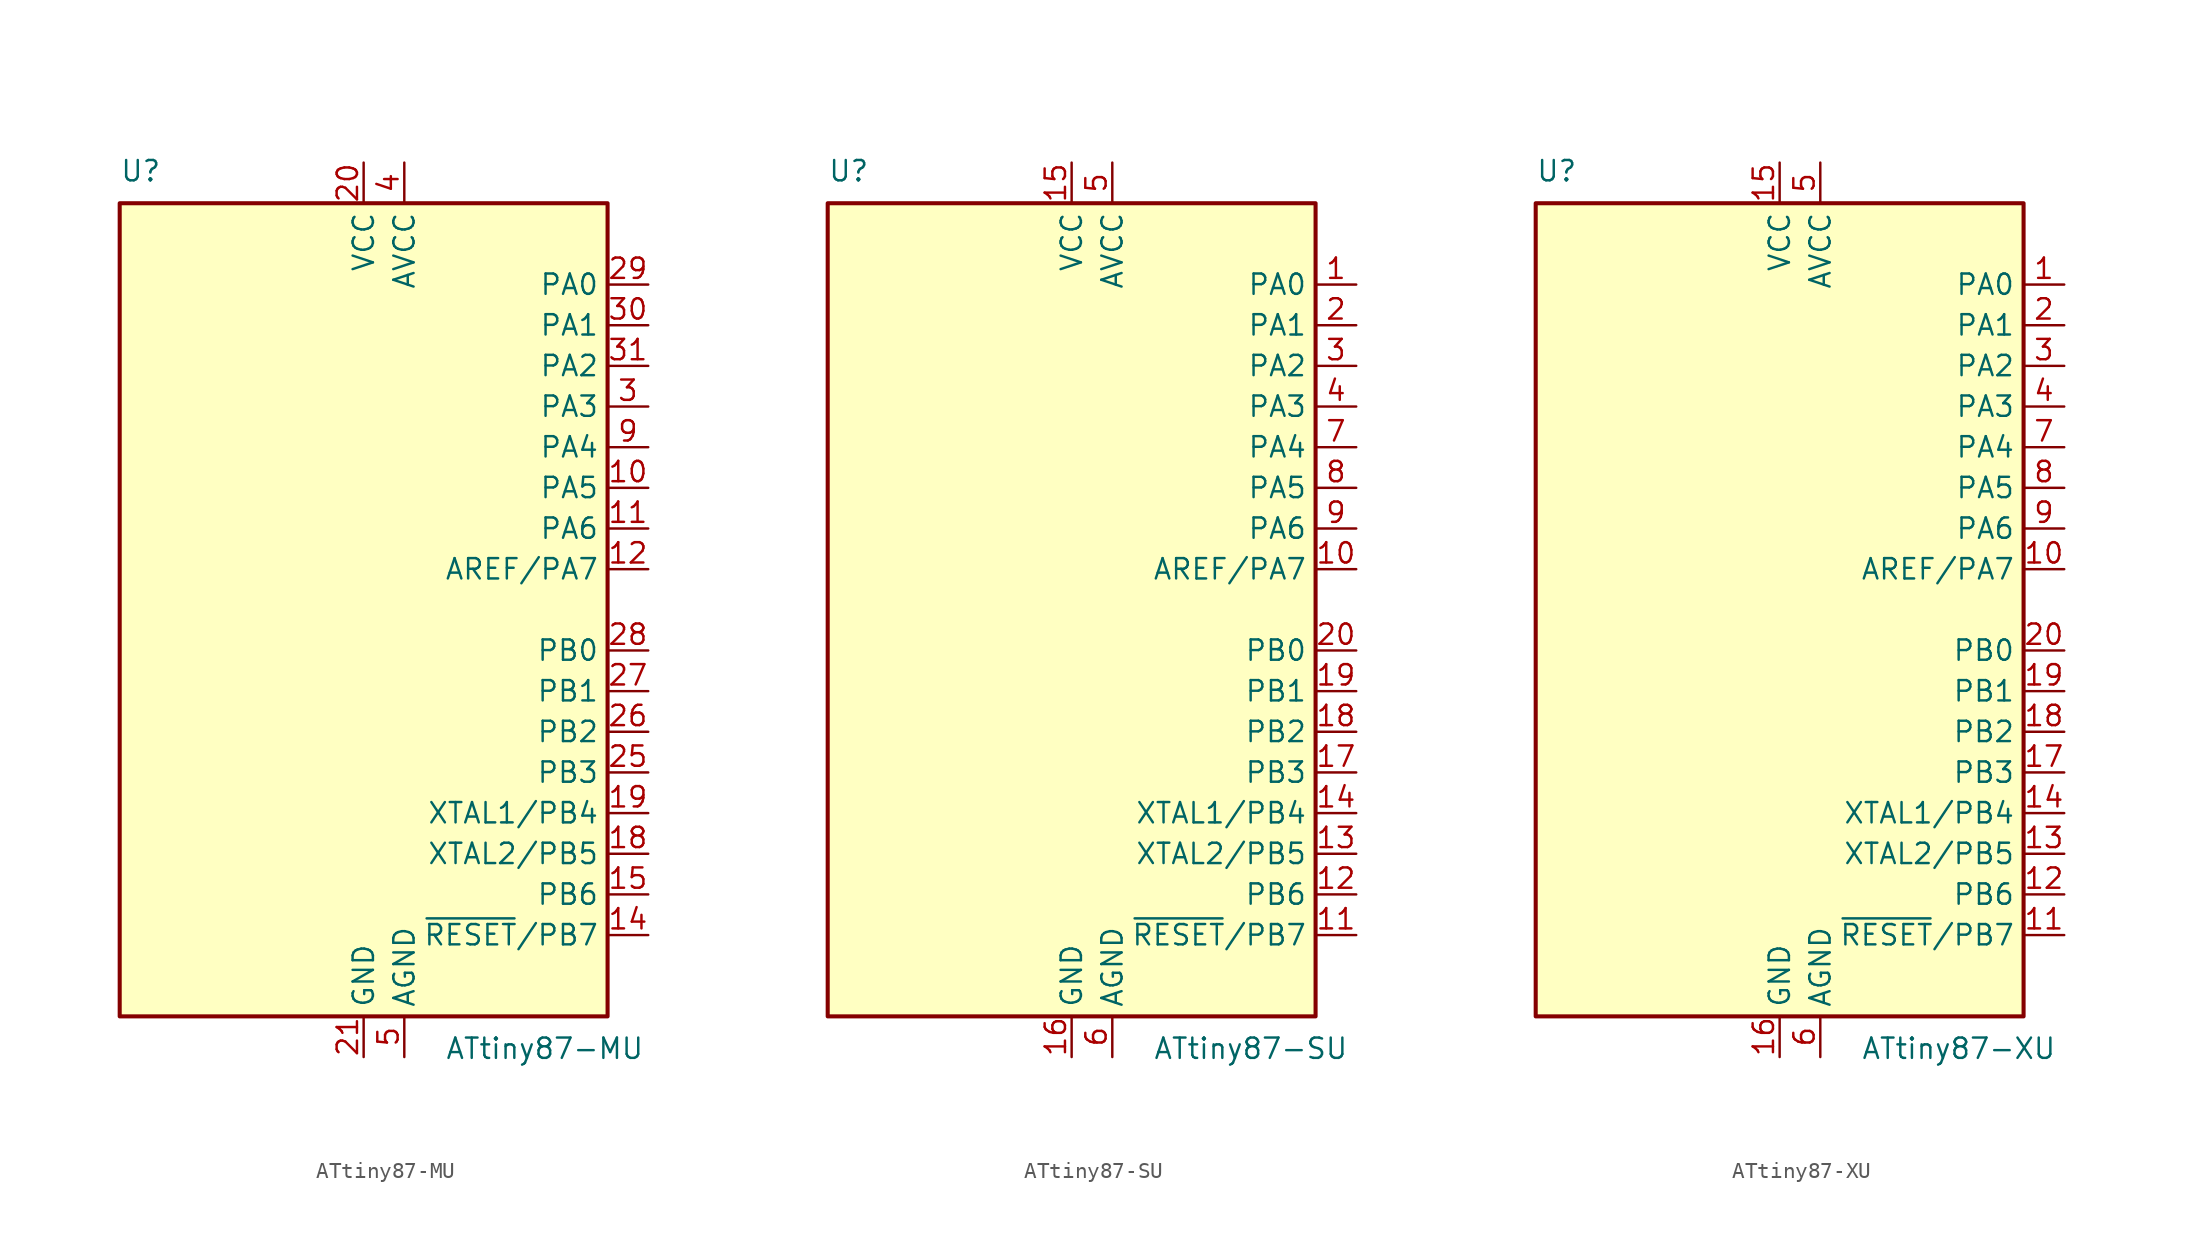
<source format=kicad_sym>
(kicad_symbol_lib
  (version 20201005)
  (generator kicad_symbol_editor)
  (symbol "ATtiny87-MU"
    (property "Reference" "U"
      (at -15.24 26.67 0)
      (effects (font (size 1.27 1.27)) (justify left bottom)))
    (property "Value" "ATtiny87-MU"
      (at 5.08 -26.67 0)
      (effects (font (size 1.27 1.27)) (justify left top)))
    (symbol "ATtiny87-MU_0_1"
      (rectangle (start -15.24 -25.4) (end 15.24 25.4) (stroke (width 0.254)) (fill (type background))))
    (symbol "ATtiny87-MU_1_1"
      (pin no_connect line (at -15.24 5.08 0) (length 2.54) hide (name "NC" (effects (font (size 1.27 1.27)))) (number "1" (effects (font (size 1.27 1.27)))))
      (pin tri_state line (at 17.78 7.62 180) (length 2.54) (name "PA5" (effects (font (size 1.27 1.27)))) (number "10" (effects (font (size 1.27 1.27)))))
      (pin tri_state line (at 17.78 5.08 180) (length 2.54) (name "PA6" (effects (font (size 1.27 1.27)))) (number "11" (effects (font (size 1.27 1.27)))))
      (pin tri_state line (at 17.78 2.54 180) (length 2.54) (name "AREF/PA7" (effects (font (size 1.27 1.27)))) (number "12" (effects (font (size 1.27 1.27)))))
      (pin no_connect line (at -15.24 -7.62 0) (length 2.54) hide (name "NC" (effects (font (size 1.27 1.27)))) (number "13" (effects (font (size 1.27 1.27)))))
      (pin tri_state line (at 17.78 -20.32 180) (length 2.54) (name "~RESET~/PB7" (effects (font (size 1.27 1.27)))) (number "14" (effects (font (size 1.27 1.27)))))
      (pin tri_state line (at 17.78 -17.78 180) (length 2.54) (name "PB6" (effects (font (size 1.27 1.27)))) (number "15" (effects (font (size 1.27 1.27)))))
      (pin no_connect line (at -15.24 -10.16 0) (length 2.54) hide (name "NC" (effects (font (size 1.27 1.27)))) (number "16" (effects (font (size 1.27 1.27)))))
      (pin no_connect line (at -15.24 -12.7 0) (length 2.54) hide (name "NC" (effects (font (size 1.27 1.27)))) (number "17" (effects (font (size 1.27 1.27)))))
      (pin tri_state line (at 17.78 -15.24 180) (length 2.54) (name "XTAL2/PB5" (effects (font (size 1.27 1.27)))) (number "18" (effects (font (size 1.27 1.27)))))
      (pin tri_state line (at 17.78 -12.7 180) (length 2.54) (name "XTAL1/PB4" (effects (font (size 1.27 1.27)))) (number "19" (effects (font (size 1.27 1.27)))))
      (pin no_connect line (at -15.24 2.54 0) (length 2.54) hide (name "NC" (effects (font (size 1.27 1.27)))) (number "2" (effects (font (size 1.27 1.27)))))
      (pin power_in line (at 0 27.94 270) (length 2.54) (name "VCC" (effects (font (size 1.27 1.27)))) (number "20" (effects (font (size 1.27 1.27)))))
      (pin power_in line (at 0 -27.94 90) (length 2.54) (name "GND" (effects (font (size 1.27 1.27)))) (number "21" (effects (font (size 1.27 1.27)))))
      (pin no_connect line (at -15.24 -15.24 0) (length 2.54) hide (name "NC" (effects (font (size 1.27 1.27)))) (number "22" (effects (font (size 1.27 1.27)))))
      (pin no_connect line (at -15.24 -17.78 0) (length 2.54) hide (name "NC" (effects (font (size 1.27 1.27)))) (number "23" (effects (font (size 1.27 1.27)))))
      (pin no_connect line (at -15.24 -20.32 0) (length 2.54) hide (name "NC" (effects (font (size 1.27 1.27)))) (number "24" (effects (font (size 1.27 1.27)))))
      (pin tri_state line (at 17.78 -10.16 180) (length 2.54) (name "PB3" (effects (font (size 1.27 1.27)))) (number "25" (effects (font (size 1.27 1.27)))))
      (pin tri_state line (at 17.78 -7.62 180) (length 2.54) (name "PB2" (effects (font (size 1.27 1.27)))) (number "26" (effects (font (size 1.27 1.27)))))
      (pin tri_state line (at 17.78 -5.08 180) (length 2.54) (name "PB1" (effects (font (size 1.27 1.27)))) (number "27" (effects (font (size 1.27 1.27)))))
      (pin tri_state line (at 17.78 -2.54 180) (length 2.54) (name "PB0" (effects (font (size 1.27 1.27)))) (number "28" (effects (font (size 1.27 1.27)))))
      (pin tri_state line (at 17.78 20.32 180) (length 2.54) (name "PA0" (effects (font (size 1.27 1.27)))) (number "29" (effects (font (size 1.27 1.27)))))
      (pin tri_state line (at 17.78 12.7 180) (length 2.54) (name "PA3" (effects (font (size 1.27 1.27)))) (number "3" (effects (font (size 1.27 1.27)))))
      (pin tri_state line (at 17.78 17.78 180) (length 2.54) (name "PA1" (effects (font (size 1.27 1.27)))) (number "30" (effects (font (size 1.27 1.27)))))
      (pin tri_state line (at 17.78 15.24 180) (length 2.54) (name "PA2" (effects (font (size 1.27 1.27)))) (number "31" (effects (font (size 1.27 1.27)))))
      (pin no_connect line (at -15.24 -22.86 0) (length 2.54) hide (name "NC" (effects (font (size 1.27 1.27)))) (number "32" (effects (font (size 1.27 1.27)))))
      (pin passive line (at 0 -27.94 90) (length 2.54) hide (name "GND" (effects (font (size 1.27 1.27)))) (number "33" (effects (font (size 1.27 1.27)))))
      (pin power_in line (at 2.54 27.94 270) (length 2.54) (name "AVCC" (effects (font (size 1.27 1.27)))) (number "4" (effects (font (size 1.27 1.27)))))
      (pin power_in line (at 2.54 -27.94 90) (length 2.54) (name "AGND" (effects (font (size 1.27 1.27)))) (number "5" (effects (font (size 1.27 1.27)))))
      (pin no_connect line (at -15.24 0 0) (length 2.54) hide (name "NC" (effects (font (size 1.27 1.27)))) (number "6" (effects (font (size 1.27 1.27)))))
      (pin no_connect line (at -15.24 -2.54 0) (length 2.54) hide (name "NC" (effects (font (size 1.27 1.27)))) (number "7" (effects (font (size 1.27 1.27)))))
      (pin no_connect line (at -15.24 -5.08 0) (length 2.54) hide (name "NC" (effects (font (size 1.27 1.27)))) (number "8" (effects (font (size 1.27 1.27)))))
      (pin tri_state line (at 17.78 10.16 180) (length 2.54) (name "PA4" (effects (font (size 1.27 1.27)))) (number "9" (effects (font (size 1.27 1.27)))))))
  (symbol "ATtiny87-SU"
    (property "Reference" "U"
      (at -15.24 26.67 0)
      (effects (font (size 1.27 1.27)) (justify left bottom)))
    (property "Value" "ATtiny87-SU"
      (at 5.08 -26.67 0)
      (effects (font (size 1.27 1.27)) (justify left top)))
    (symbol "ATtiny87-SU_0_1"
      (rectangle (start -15.24 -25.4) (end 15.24 25.4) (stroke (width 0.254)) (fill (type background))))
    (symbol "ATtiny87-SU_1_1"
      (pin tri_state line (at 17.78 20.32 180) (length 2.54) (name "PA0" (effects (font (size 1.27 1.27)))) (number "1" (effects (font (size 1.27 1.27)))))
      (pin tri_state line (at 17.78 2.54 180) (length 2.54) (name "AREF/PA7" (effects (font (size 1.27 1.27)))) (number "10" (effects (font (size 1.27 1.27)))))
      (pin tri_state line (at 17.78 -20.32 180) (length 2.54) (name "~RESET~/PB7" (effects (font (size 1.27 1.27)))) (number "11" (effects (font (size 1.27 1.27)))))
      (pin tri_state line (at 17.78 -17.78 180) (length 2.54) (name "PB6" (effects (font (size 1.27 1.27)))) (number "12" (effects (font (size 1.27 1.27)))))
      (pin tri_state line (at 17.78 -15.24 180) (length 2.54) (name "XTAL2/PB5" (effects (font (size 1.27 1.27)))) (number "13" (effects (font (size 1.27 1.27)))))
      (pin tri_state line (at 17.78 -12.7 180) (length 2.54) (name "XTAL1/PB4" (effects (font (size 1.27 1.27)))) (number "14" (effects (font (size 1.27 1.27)))))
      (pin power_in line (at 0 27.94 270) (length 2.54) (name "VCC" (effects (font (size 1.27 1.27)))) (number "15" (effects (font (size 1.27 1.27)))))
      (pin power_in line (at 0 -27.94 90) (length 2.54) (name "GND" (effects (font (size 1.27 1.27)))) (number "16" (effects (font (size 1.27 1.27)))))
      (pin tri_state line (at 17.78 -10.16 180) (length 2.54) (name "PB3" (effects (font (size 1.27 1.27)))) (number "17" (effects (font (size 1.27 1.27)))))
      (pin tri_state line (at 17.78 -7.62 180) (length 2.54) (name "PB2" (effects (font (size 1.27 1.27)))) (number "18" (effects (font (size 1.27 1.27)))))
      (pin tri_state line (at 17.78 -5.08 180) (length 2.54) (name "PB1" (effects (font (size 1.27 1.27)))) (number "19" (effects (font (size 1.27 1.27)))))
      (pin tri_state line (at 17.78 17.78 180) (length 2.54) (name "PA1" (effects (font (size 1.27 1.27)))) (number "2" (effects (font (size 1.27 1.27)))))
      (pin tri_state line (at 17.78 -2.54 180) (length 2.54) (name "PB0" (effects (font (size 1.27 1.27)))) (number "20" (effects (font (size 1.27 1.27)))))
      (pin tri_state line (at 17.78 15.24 180) (length 2.54) (name "PA2" (effects (font (size 1.27 1.27)))) (number "3" (effects (font (size 1.27 1.27)))))
      (pin tri_state line (at 17.78 12.7 180) (length 2.54) (name "PA3" (effects (font (size 1.27 1.27)))) (number "4" (effects (font (size 1.27 1.27)))))
      (pin power_in line (at 2.54 27.94 270) (length 2.54) (name "AVCC" (effects (font (size 1.27 1.27)))) (number "5" (effects (font (size 1.27 1.27)))))
      (pin power_in line (at 2.54 -27.94 90) (length 2.54) (name "AGND" (effects (font (size 1.27 1.27)))) (number "6" (effects (font (size 1.27 1.27)))))
      (pin tri_state line (at 17.78 10.16 180) (length 2.54) (name "PA4" (effects (font (size 1.27 1.27)))) (number "7" (effects (font (size 1.27 1.27)))))
      (pin tri_state line (at 17.78 7.62 180) (length 2.54) (name "PA5" (effects (font (size 1.27 1.27)))) (number "8" (effects (font (size 1.27 1.27)))))
      (pin tri_state line (at 17.78 5.08 180) (length 2.54) (name "PA6" (effects (font (size 1.27 1.27)))) (number "9" (effects (font (size 1.27 1.27)))))))
  (symbol "ATtiny87-XU"
    (property "Reference" "U"
      (at -15.24 26.67 0)
      (effects (font (size 1.27 1.27)) (justify left bottom)))
    (property "Value" "ATtiny87-XU"
      (at 5.08 -26.67 0)
      (effects (font (size 1.27 1.27)) (justify left top)))
    (symbol "ATtiny87-XU_0_1"
      (rectangle (start -15.24 -25.4) (end 15.24 25.4) (stroke (width 0.254)) (fill (type background))))
    (symbol "ATtiny87-XU_1_1"
      (pin tri_state line (at 17.78 20.32 180) (length 2.54) (name "PA0" (effects (font (size 1.27 1.27)))) (number "1" (effects (font (size 1.27 1.27)))))
      (pin tri_state line (at 17.78 2.54 180) (length 2.54) (name "AREF/PA7" (effects (font (size 1.27 1.27)))) (number "10" (effects (font (size 1.27 1.27)))))
      (pin tri_state line (at 17.78 -20.32 180) (length 2.54) (name "~RESET~/PB7" (effects (font (size 1.27 1.27)))) (number "11" (effects (font (size 1.27 1.27)))))
      (pin tri_state line (at 17.78 -17.78 180) (length 2.54) (name "PB6" (effects (font (size 1.27 1.27)))) (number "12" (effects (font (size 1.27 1.27)))))
      (pin tri_state line (at 17.78 -15.24 180) (length 2.54) (name "XTAL2/PB5" (effects (font (size 1.27 1.27)))) (number "13" (effects (font (size 1.27 1.27)))))
      (pin tri_state line (at 17.78 -12.7 180) (length 2.54) (name "XTAL1/PB4" (effects (font (size 1.27 1.27)))) (number "14" (effects (font (size 1.27 1.27)))))
      (pin power_in line (at 0 27.94 270) (length 2.54) (name "VCC" (effects (font (size 1.27 1.27)))) (number "15" (effects (font (size 1.27 1.27)))))
      (pin power_in line (at 0 -27.94 90) (length 2.54) (name "GND" (effects (font (size 1.27 1.27)))) (number "16" (effects (font (size 1.27 1.27)))))
      (pin tri_state line (at 17.78 -10.16 180) (length 2.54) (name "PB3" (effects (font (size 1.27 1.27)))) (number "17" (effects (font (size 1.27 1.27)))))
      (pin tri_state line (at 17.78 -7.62 180) (length 2.54) (name "PB2" (effects (font (size 1.27 1.27)))) (number "18" (effects (font (size 1.27 1.27)))))
      (pin tri_state line (at 17.78 -5.08 180) (length 2.54) (name "PB1" (effects (font (size 1.27 1.27)))) (number "19" (effects (font (size 1.27 1.27)))))
      (pin tri_state line (at 17.78 17.78 180) (length 2.54) (name "PA1" (effects (font (size 1.27 1.27)))) (number "2" (effects (font (size 1.27 1.27)))))
      (pin tri_state line (at 17.78 -2.54 180) (length 2.54) (name "PB0" (effects (font (size 1.27 1.27)))) (number "20" (effects (font (size 1.27 1.27)))))
      (pin tri_state line (at 17.78 15.24 180) (length 2.54) (name "PA2" (effects (font (size 1.27 1.27)))) (number "3" (effects (font (size 1.27 1.27)))))
      (pin tri_state line (at 17.78 12.7 180) (length 2.54) (name "PA3" (effects (font (size 1.27 1.27)))) (number "4" (effects (font (size 1.27 1.27)))))
      (pin power_in line (at 2.54 27.94 270) (length 2.54) (name "AVCC" (effects (font (size 1.27 1.27)))) (number "5" (effects (font (size 1.27 1.27)))))
      (pin power_in line (at 2.54 -27.94 90) (length 2.54) (name "AGND" (effects (font (size 1.27 1.27)))) (number "6" (effects (font (size 1.27 1.27)))))
      (pin tri_state line (at 17.78 10.16 180) (length 2.54) (name "PA4" (effects (font (size 1.27 1.27)))) (number "7" (effects (font (size 1.27 1.27)))))
      (pin tri_state line (at 17.78 7.62 180) (length 2.54) (name "PA5" (effects (font (size 1.27 1.27)))) (number "8" (effects (font (size 1.27 1.27)))))
      (pin tri_state line (at 17.78 5.08 180) (length 2.54) (name "PA6" (effects (font (size 1.27 1.27)))) (number "9" (effects (font (size 1.27 1.27))))))))
</source>
